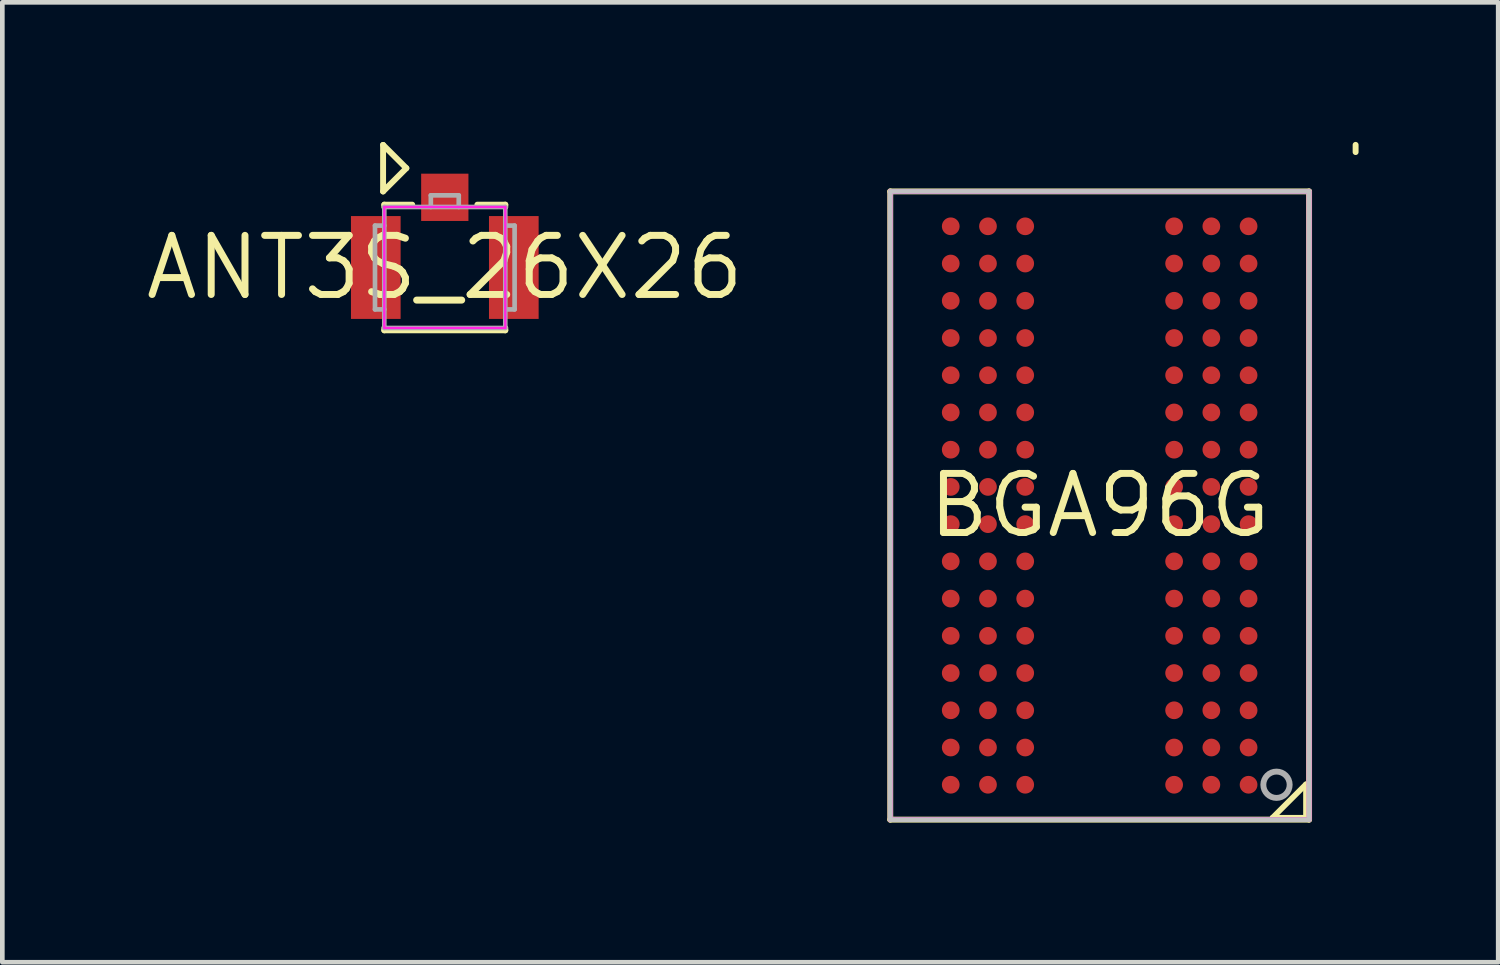
<source format=kicad_pcb>
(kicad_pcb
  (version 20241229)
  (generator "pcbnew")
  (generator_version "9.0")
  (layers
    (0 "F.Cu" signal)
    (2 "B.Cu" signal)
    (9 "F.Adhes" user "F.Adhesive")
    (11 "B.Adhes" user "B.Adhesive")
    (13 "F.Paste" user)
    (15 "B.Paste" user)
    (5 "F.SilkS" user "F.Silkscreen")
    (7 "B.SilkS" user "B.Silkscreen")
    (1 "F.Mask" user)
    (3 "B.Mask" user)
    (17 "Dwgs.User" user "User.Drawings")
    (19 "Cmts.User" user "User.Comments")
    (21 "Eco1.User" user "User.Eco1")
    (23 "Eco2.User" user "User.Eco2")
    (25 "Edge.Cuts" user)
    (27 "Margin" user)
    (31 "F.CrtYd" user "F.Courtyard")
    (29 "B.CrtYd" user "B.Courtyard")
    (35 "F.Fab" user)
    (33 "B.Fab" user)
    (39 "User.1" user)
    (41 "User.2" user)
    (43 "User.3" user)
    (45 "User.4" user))
  (footprint "ANT3S_26X26"
    (layer "F.Cu")
    (at 6.508 2.698)
    (property "Reference" "ANT3S_26X26" (at 0 0 0) (layer "F.SilkS") (effects (font (size 1.27 1.27) (thickness 0.15))))
    (fp_line (start -1.326 -2.634) (end -1.326 -1.634) (stroke (width 0.127) (type solid)) (layer "F.SilkS"))
    (fp_line (start -1.326 -1.634) (end -0.826 -2.134) (stroke (width 0.127) (type solid)) (layer "F.SilkS"))
    (fp_line (start -1.3 -1.35) (end -0.7 -1.35) (stroke (width 0.127) (type solid)) (layer "F.SilkS"))
    (fp_line (start -1.3 -1.3) (end -1.3 -1.35) (stroke (width 0.127) (type solid)) (layer "F.SilkS"))
    (fp_line (start -1.3 1.35) (end -1.3 1.3) (stroke (width 0.127) (type solid)) (layer "F.SilkS"))
    (fp_line (start -0.826 -2.134) (end -1.326 -2.634) (stroke (width 0.127) (type solid)) (layer "F.SilkS"))
    (fp_line (start 1.3 -1.35) (end 0.7 -1.35) (stroke (width 0.127) (type solid)) (layer "F.SilkS"))
    (fp_line (start 1.3 -1.3) (end 1.3 -1.35) (stroke (width 0.127) (type solid)) (layer "F.SilkS"))
    (fp_line (start 1.3 1.3) (end 1.3 1.35) (stroke (width 0.127) (type solid)) (layer "F.SilkS"))
    (fp_line (start 1.3 1.35) (end -1.3 1.35) (stroke (width 0.127) (type solid)) (layer "F.SilkS"))
    (fp_line (start -1.3 -1.3) (end -1.3 1.3) (stroke (width 0.05) (type solid)) (layer "F.CrtYd"))
    (fp_line (start -1.3 1.3) (end 1.3 1.3) (stroke (width 0.05) (type solid)) (layer "F.CrtYd"))
    (fp_line (start 1.3 -1.3) (end -1.3 -1.3) (stroke (width 0.05) (type solid)) (layer "F.CrtYd"))
    (fp_line (start 1.3 1.3) (end 1.3 -1.3) (stroke (width 0.05) (type solid)) (layer "F.CrtYd"))
    (fp_line (start -1.5 -0.9) (end -1.5 0.9) (stroke (width 0.1) (type solid)) (layer "F.Fab"))
    (fp_line (start -1.5 0.9) (end -1.3 0.9) (stroke (width 0.1) (type solid)) (layer "F.Fab"))
    (fp_line (start -1.3 -1.3) (end -1.3 1.3) (stroke (width 0.1) (type solid)) (layer "F.Fab"))
    (fp_line (start -1.3 -0.9) (end -1.5 -0.9) (stroke (width 0.1) (type solid)) (layer "F.Fab"))
    (fp_line (start -1.3 1.3) (end 1.3 1.3) (stroke (width 0.1) (type solid)) (layer "F.Fab"))
    (fp_line (start -0.3 -1.55) (end -0.3 -1.3) (stroke (width 0.1) (type solid)) (layer "F.Fab"))
    (fp_line (start 0.3 -1.55) (end -0.3 -1.55) (stroke (width 0.1) (type solid)) (layer "F.Fab"))
    (fp_line (start 0.3 -1.3) (end 0.3 -1.55) (stroke (width 0.1) (type solid)) (layer "F.Fab"))
    (fp_line (start 1.3 -1.3) (end -1.3 -1.3) (stroke (width 0.1) (type solid)) (layer "F.Fab"))
    (fp_line (start 1.3 0.9) (end 1.5 0.9) (stroke (width 0.1) (type solid)) (layer "F.Fab"))
    (fp_line (start 1.3 1.3) (end 1.3 -1.3) (stroke (width 0.1) (type solid)) (layer "F.Fab"))
    (fp_line (start 1.5 -0.9) (end 1.3 -0.9) (stroke (width 0.1) (type solid)) (layer "F.Fab"))
    (fp_line (start 1.5 0.9) (end 1.5 -0.9) (stroke (width 0.1) (type solid)) (layer "F.Fab"))
    (pad "1" smd rect (at 0 -1.508 180) (size 1.016 1.016) (layers "F.Cu" "F.Mask" "F.Paste"))
    (pad "2" smd rect (at 1.483 0 180) (size 1.067 2.21) (layers "F.Cu" "F.Mask" "F.Paste"))
    (pad "3" smd rect (at -1.483 0 180) (size 1.067 2.21) (layers "F.Cu" "F.Mask" "F.Paste")))
  (footprint "BGA96G"
    (layer "F.Cu")
    (at 20.58 7.813)
    (property "Reference" "BGA96G" (at 0 0 180) (layer "F.SilkS") (effects (font (size 1.27 1.27) (thickness 0.15))))
    (fp_line (start -4.5 -6.75) (end -4.5 6.75) (stroke (width 0.127) (type solid)) (layer "F.SilkS"))
    (fp_line (start -4.5 6.75) (end 4.5 6.75) (stroke (width 0.127) (type solid)) (layer "F.SilkS"))
    (fp_line (start 3.714 6.709) (end 4.433 5.99) (stroke (width 0.12) (type solid)) (layer "F.SilkS"))
    (fp_line (start 4.433 5.99) (end 4.433 6.709) (stroke (width 0.12) (type solid)) (layer "F.SilkS"))
    (fp_line (start 4.433 6.709) (end 3.714 6.709) (stroke (width 0.12) (type solid)) (layer "F.SilkS"))
    (fp_line (start 4.5 -6.75) (end -4.5 -6.75) (stroke (width 0.127) (type solid)) (layer "F.SilkS"))
    (fp_line (start 4.5 6.75) (end 4.5 -6.75) (stroke (width 0.127) (type solid)) (layer "F.SilkS"))
    (fp_line (start 5.5 -7.595) (end 5.5 -7.75) (stroke (width 0.127) (type solid)) (layer "F.SilkS"))
    (fp_rect (start 4.5 -6.75) (end -4.5 6.75) (stroke (width 0.1) (type solid)) (fill no) (layer "Dwgs.User"))
    (fp_rect (start 4.5 -6.75) (end -4.5 6.75) (stroke (width 0.1) (type solid)) (fill no) (layer "F.CrtYd"))
    (fp_line (start -4.5 -6.75) (end -4.5 6.75) (stroke (width 0.1) (type solid)) (layer "F.Fab"))
    (fp_line (start -4.5 6.75) (end 4.5 6.75) (stroke (width 0.1) (type solid)) (layer "F.Fab"))
    (fp_line (start 4.5 -6.75) (end -4.5 -6.75) (stroke (width 0.1) (type solid)) (layer "F.Fab"))
    (fp_line (start 4.5 6.75) (end 4.5 -6.75) (stroke (width 0.1) (type solid)) (layer "F.Fab"))
    (fp_arc (start 3.799993 6.282868) (mid 3.800007 5.717132) (end 3.799993 6.282868) (stroke (width 0.127) (type solid)) (layer "F.Fab"))
    (pad "A1" smd circle (at 3.2 6) (size 0.381 0.381) (layers "F.Cu" "F.Mask" "F.Paste"))
    (pad "A2" smd circle (at 2.4 6) (size 0.381 0.381) (layers "F.Cu" "F.Mask" "F.Paste"))
    (pad "A3" smd circle (at 1.6 6) (size 0.381 0.381) (layers "F.Cu" "F.Mask" "F.Paste"))
    (pad "A7" smd circle (at -1.6 6) (size 0.381 0.381) (layers "F.Cu" "F.Mask" "F.Paste"))
    (pad "A8" smd circle (at -2.4 6) (size 0.381 0.381) (layers "F.Cu" "F.Mask" "F.Paste"))
    (pad "A9" smd circle (at -3.2 6) (size 0.381 0.381) (layers "F.Cu" "F.Mask" "F.Paste"))
    (pad "B1" smd circle (at 3.2 5.2) (size 0.381 0.381) (layers "F.Cu" "F.Mask" "F.Paste"))
    (pad "B2" smd circle (at 2.4 5.2) (size 0.381 0.381) (layers "F.Cu" "F.Mask" "F.Paste"))
    (pad "B3" smd circle (at 1.6 5.2) (size 0.381 0.381) (layers "F.Cu" "F.Mask" "F.Paste"))
    (pad "B7" smd circle (at -1.6 5.2) (size 0.381 0.381) (layers "F.Cu" "F.Mask" "F.Paste"))
    (pad "B8" smd circle (at -2.4 5.2) (size 0.381 0.381) (layers "F.Cu" "F.Mask" "F.Paste"))
    (pad "B9" smd circle (at -3.2 5.2) (size 0.381 0.381) (layers "F.Cu" "F.Mask" "F.Paste"))
    (pad "C1" smd circle (at 3.2 4.4) (size 0.381 0.381) (layers "F.Cu" "F.Mask" "F.Paste"))
    (pad "C2" smd circle (at 2.4 4.4) (size 0.381 0.381) (layers "F.Cu" "F.Mask" "F.Paste"))
    (pad "C3" smd circle (at 1.6 4.4) (size 0.381 0.381) (layers "F.Cu" "F.Mask" "F.Paste"))
    (pad "C7" smd circle (at -1.6 4.4) (size 0.381 0.381) (layers "F.Cu" "F.Mask" "F.Paste"))
    (pad "C8" smd circle (at -2.4 4.4) (size 0.381 0.381) (layers "F.Cu" "F.Mask" "F.Paste"))
    (pad "C9" smd circle (at -3.2 4.4) (size 0.381 0.381) (layers "F.Cu" "F.Mask" "F.Paste"))
    (pad "D1" smd circle (at 3.2 3.6) (size 0.381 0.381) (layers "F.Cu" "F.Mask" "F.Paste"))
    (pad "D2" smd circle (at 2.4 3.6) (size 0.381 0.381) (layers "F.Cu" "F.Mask" "F.Paste"))
    (pad "D3" smd circle (at 1.6 3.6) (size 0.381 0.381) (layers "F.Cu" "F.Mask" "F.Paste"))
    (pad "D7" smd circle (at -1.6 3.6) (size 0.381 0.381) (layers "F.Cu" "F.Mask" "F.Paste"))
    (pad "D8" smd circle (at -2.4 3.6) (size 0.381 0.381) (layers "F.Cu" "F.Mask" "F.Paste"))
    (pad "D9" smd circle (at -3.2 3.6) (size 0.381 0.381) (layers "F.Cu" "F.Mask" "F.Paste"))
    (pad "E1" smd circle (at 3.2 2.8) (size 0.381 0.381) (layers "F.Cu" "F.Mask" "F.Paste"))
    (pad "E2" smd circle (at 2.4 2.8) (size 0.381 0.381) (layers "F.Cu" "F.Mask" "F.Paste"))
    (pad "E3" smd circle (at 1.6 2.8) (size 0.381 0.381) (layers "F.Cu" "F.Mask" "F.Paste"))
    (pad "E7" smd circle (at -1.6 2.8) (size 0.381 0.381) (layers "F.Cu" "F.Mask" "F.Paste"))
    (pad "E8" smd circle (at -2.4 2.8) (size 0.381 0.381) (layers "F.Cu" "F.Mask" "F.Paste"))
    (pad "E9" smd circle (at -3.2 2.8) (size 0.381 0.381) (layers "F.Cu" "F.Mask" "F.Paste"))
    (pad "F1" smd circle (at 3.2 2) (size 0.381 0.381) (layers "F.Cu" "F.Mask" "F.Paste"))
    (pad "F2" smd circle (at 2.4 2) (size 0.381 0.381) (layers "F.Cu" "F.Mask" "F.Paste"))
    (pad "F3" smd circle (at 1.6 2) (size 0.381 0.381) (layers "F.Cu" "F.Mask" "F.Paste"))
    (pad "F7" smd circle (at -1.6 2) (size 0.381 0.381) (layers "F.Cu" "F.Mask" "F.Paste"))
    (pad "F8" smd circle (at -2.4 2) (size 0.381 0.381) (layers "F.Cu" "F.Mask" "F.Paste"))
    (pad "F9" smd circle (at -3.2 2) (size 0.381 0.381) (layers "F.Cu" "F.Mask" "F.Paste"))
    (pad "G1" smd circle (at 3.2 1.2) (size 0.381 0.381) (layers "F.Cu" "F.Mask" "F.Paste"))
    (pad "G2" smd circle (at 2.4 1.2) (size 0.381 0.381) (layers "F.Cu" "F.Mask" "F.Paste"))
    (pad "G3" smd circle (at 1.6 1.2) (size 0.381 0.381) (layers "F.Cu" "F.Mask" "F.Paste"))
    (pad "G7" smd circle (at -1.6 1.2) (size 0.381 0.381) (layers "F.Cu" "F.Mask" "F.Paste"))
    (pad "G8" smd circle (at -2.4 1.2) (size 0.381 0.381) (layers "F.Cu" "F.Mask" "F.Paste"))
    (pad "G9" smd circle (at -3.2 1.2) (size 0.381 0.381) (layers "F.Cu" "F.Mask" "F.Paste"))
    (pad "H1" smd circle (at 3.2 0.4) (size 0.381 0.381) (layers "F.Cu" "F.Mask" "F.Paste"))
    (pad "H2" smd circle (at 2.4 0.4) (size 0.381 0.381) (layers "F.Cu" "F.Mask" "F.Paste"))
    (pad "H3" smd circle (at 1.6 0.4) (size 0.381 0.381) (layers "F.Cu" "F.Mask" "F.Paste"))
    (pad "H7" smd circle (at -1.6 0.4) (size 0.381 0.381) (layers "F.Cu" "F.Mask" "F.Paste"))
    (pad "H8" smd circle (at -2.4 0.4) (size 0.381 0.381) (layers "F.Cu" "F.Mask" "F.Paste"))
    (pad "H9" smd circle (at -3.2 0.4) (size 0.381 0.381) (layers "F.Cu" "F.Mask" "F.Paste"))
    (pad "J1" smd circle (at 3.2 -0.4) (size 0.381 0.381) (layers "F.Cu" "F.Mask" "F.Paste"))
    (pad "J2" smd circle (at 2.4 -0.4) (size 0.381 0.381) (layers "F.Cu" "F.Mask" "F.Paste"))
    (pad "J3" smd circle (at 1.6 -0.4) (size 0.381 0.381) (layers "F.Cu" "F.Mask" "F.Paste"))
    (pad "J7" smd circle (at -1.6 -0.4) (size 0.381 0.381) (layers "F.Cu" "F.Mask" "F.Paste"))
    (pad "J8" smd circle (at -2.4 -0.4) (size 0.381 0.381) (layers "F.Cu" "F.Mask" "F.Paste"))
    (pad "J9" smd circle (at -3.2 -0.4) (size 0.381 0.381) (layers "F.Cu" "F.Mask" "F.Paste"))
    (pad "K1" smd circle (at 3.2 -1.2) (size 0.381 0.381) (layers "F.Cu" "F.Mask" "F.Paste"))
    (pad "K2" smd circle (at 2.4 -1.2) (size 0.381 0.381) (layers "F.Cu" "F.Mask" "F.Paste"))
    (pad "K3" smd circle (at 1.6 -1.2) (size 0.381 0.381) (layers "F.Cu" "F.Mask" "F.Paste"))
    (pad "K7" smd circle (at -1.6 -1.2) (size 0.381 0.381) (layers "F.Cu" "F.Mask" "F.Paste"))
    (pad "K8" smd circle (at -2.4 -1.2) (size 0.381 0.381) (layers "F.Cu" "F.Mask" "F.Paste"))
    (pad "K9" smd circle (at -3.2 -1.2) (size 0.381 0.381) (layers "F.Cu" "F.Mask" "F.Paste"))
    (pad "L1" smd circle (at 3.2 -2) (size 0.381 0.381) (layers "F.Cu" "F.Mask" "F.Paste"))
    (pad "L2" smd circle (at 2.4 -2) (size 0.381 0.381) (layers "F.Cu" "F.Mask" "F.Paste"))
    (pad "L3" smd circle (at 1.6 -2) (size 0.381 0.381) (layers "F.Cu" "F.Mask" "F.Paste"))
    (pad "L7" smd circle (at -1.6 -2) (size 0.381 0.381) (layers "F.Cu" "F.Mask" "F.Paste"))
    (pad "L8" smd circle (at -2.4 -2) (size 0.381 0.381) (layers "F.Cu" "F.Mask" "F.Paste"))
    (pad "L9" smd circle (at -3.2 -2) (size 0.381 0.381) (layers "F.Cu" "F.Mask" "F.Paste"))
    (pad "M1" smd circle (at 3.2 -2.8) (size 0.381 0.381) (layers "F.Cu" "F.Mask" "F.Paste"))
    (pad "M2" smd circle (at 2.4 -2.8) (size 0.381 0.381) (layers "F.Cu" "F.Mask" "F.Paste"))
    (pad "M3" smd circle (at 1.6 -2.8) (size 0.381 0.381) (layers "F.Cu" "F.Mask" "F.Paste"))
    (pad "M7" smd circle (at -1.6 -2.8) (size 0.381 0.381) (layers "F.Cu" "F.Mask" "F.Paste"))
    (pad "M8" smd circle (at -2.4 -2.8) (size 0.381 0.381) (layers "F.Cu" "F.Mask" "F.Paste"))
    (pad "M9" smd circle (at -3.2 -2.8) (size 0.381 0.381) (layers "F.Cu" "F.Mask" "F.Paste"))
    (pad "N1" smd circle (at 3.2 -3.6) (size 0.381 0.381) (layers "F.Cu" "F.Mask" "F.Paste"))
    (pad "N2" smd circle (at 2.4 -3.6) (size 0.381 0.381) (layers "F.Cu" "F.Mask" "F.Paste"))
    (pad "N3" smd circle (at 1.6 -3.6) (size 0.381 0.381) (layers "F.Cu" "F.Mask" "F.Paste"))
    (pad "N7" smd circle (at -1.6 -3.6) (size 0.381 0.381) (layers "F.Cu" "F.Mask" "F.Paste"))
    (pad "N8" smd circle (at -2.4 -3.6) (size 0.381 0.381) (layers "F.Cu" "F.Mask" "F.Paste"))
    (pad "N9" smd circle (at -3.2 -3.6) (size 0.381 0.381) (layers "F.Cu" "F.Mask" "F.Paste"))
    (pad "P1" smd circle (at 3.2 -4.4) (size 0.381 0.381) (layers "F.Cu" "F.Mask" "F.Paste"))
    (pad "P2" smd circle (at 2.4 -4.4) (size 0.381 0.381) (layers "F.Cu" "F.Mask" "F.Paste"))
    (pad "P3" smd circle (at 1.6 -4.4) (size 0.381 0.381) (layers "F.Cu" "F.Mask" "F.Paste"))
    (pad "P7" smd circle (at -1.6 -4.4) (size 0.381 0.381) (layers "F.Cu" "F.Mask" "F.Paste"))
    (pad "P8" smd circle (at -2.4 -4.4) (size 0.381 0.381) (layers "F.Cu" "F.Mask" "F.Paste"))
    (pad "P9" smd circle (at -3.2 -4.4) (size 0.381 0.381) (layers "F.Cu" "F.Mask" "F.Paste"))
    (pad "R1" smd circle (at 3.2 -5.2) (size 0.381 0.381) (layers "F.Cu" "F.Mask" "F.Paste"))
    (pad "R2" smd circle (at 2.4 -5.2) (size 0.381 0.381) (layers "F.Cu" "F.Mask" "F.Paste"))
    (pad "R3" smd circle (at 1.6 -5.2) (size 0.381 0.381) (layers "F.Cu" "F.Mask" "F.Paste"))
    (pad "R7" smd circle (at -1.6 -5.2) (size 0.381 0.381) (layers "F.Cu" "F.Mask" "F.Paste"))
    (pad "R8" smd circle (at -2.4 -5.2) (size 0.381 0.381) (layers "F.Cu" "F.Mask" "F.Paste"))
    (pad "R9" smd circle (at -3.2 -5.2) (size 0.381 0.381) (layers "F.Cu" "F.Mask" "F.Paste"))
    (pad "T1" smd circle (at 3.2 -6) (size 0.381 0.381) (layers "F.Cu" "F.Mask" "F.Paste"))
    (pad "T2" smd circle (at 2.4 -6) (size 0.381 0.381) (layers "F.Cu" "F.Mask" "F.Paste"))
    (pad "T3" smd circle (at 1.6 -6) (size 0.381 0.381) (layers "F.Cu" "F.Mask" "F.Paste"))
    (pad "T7" smd circle (at -1.6 -6) (size 0.381 0.381) (layers "F.Cu" "F.Mask" "F.Paste"))
    (pad "T8" smd circle (at -2.4 -6) (size 0.381 0.381) (layers "F.Cu" "F.Mask" "F.Paste"))
    (pad "T9" smd circle (at -3.2 -6) (size 0.381 0.381) (layers "F.Cu" "F.Mask" "F.Paste")))
  (gr_rect
    (start -3 -3)
    (end 29.144 17.627)
    (stroke (width 0.1) (type default))
    (fill no)
    (layer "Edge.Cuts")))
</source>
